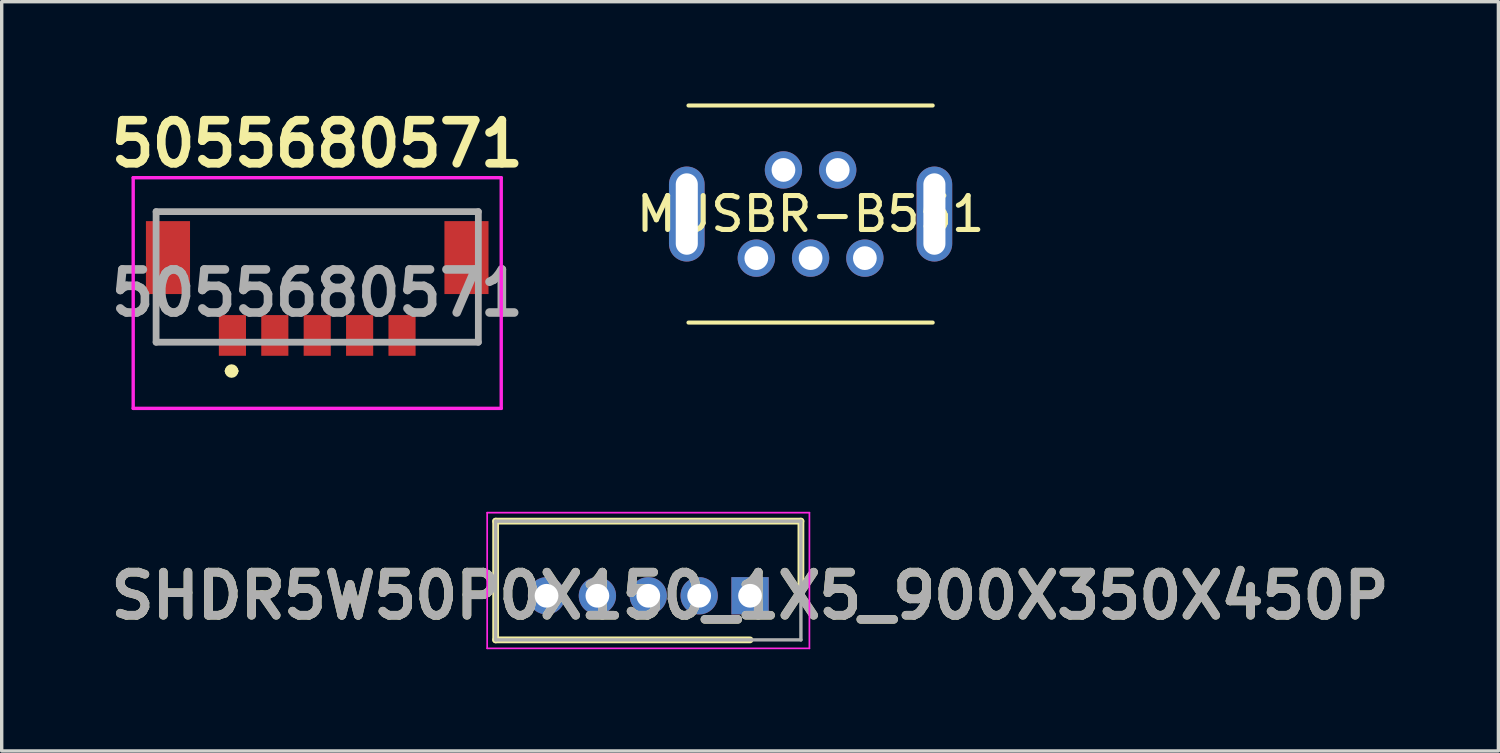
<source format=kicad_pcb>
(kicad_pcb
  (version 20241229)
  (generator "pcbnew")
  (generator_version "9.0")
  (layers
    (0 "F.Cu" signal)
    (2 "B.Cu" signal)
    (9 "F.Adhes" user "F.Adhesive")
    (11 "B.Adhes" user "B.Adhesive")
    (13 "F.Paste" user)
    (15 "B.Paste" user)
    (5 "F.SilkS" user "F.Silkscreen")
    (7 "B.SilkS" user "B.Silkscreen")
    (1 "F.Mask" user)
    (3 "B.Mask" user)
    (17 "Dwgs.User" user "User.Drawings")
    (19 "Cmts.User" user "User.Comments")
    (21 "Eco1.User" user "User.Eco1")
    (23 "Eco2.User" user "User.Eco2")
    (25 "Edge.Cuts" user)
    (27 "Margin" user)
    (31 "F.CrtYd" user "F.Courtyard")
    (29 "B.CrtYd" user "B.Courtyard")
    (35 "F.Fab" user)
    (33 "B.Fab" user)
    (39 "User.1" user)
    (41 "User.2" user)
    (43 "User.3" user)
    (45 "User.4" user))
  (footprint "SHDR5W50P0X150_1X5_900X350X450P"
    (layer "F.Cu")
    (at 19.062 14.514)
    (property "Reference" "SHDR5W50P0X150_1X5_900X350X450P" (at 0 0 0) (layer "F.SilkS") (effects (font (size 1.27 1.27) (thickness 0.254))))
    (attr through_hole)
    (fp_line (start -7.5 -2.2) (end 1.5 -2.2) (stroke (width 0.2) (type solid)) (layer "F.SilkS"))
    (fp_line (start -7.5 1.3) (end -7.5 -2.2) (stroke (width 0.2) (type solid)) (layer "F.SilkS"))
    (fp_line (start 0 1.3) (end -7.5 1.3) (stroke (width 0.2) (type solid)) (layer "F.SilkS"))
    (fp_line (start 1.5 -2.2) (end 1.5 0) (stroke (width 0.2) (type solid)) (layer "F.SilkS"))
    (fp_line (start -7.75 -2.45) (end 1.75 -2.45) (stroke (width 0.05) (type solid)) (layer "F.CrtYd"))
    (fp_line (start -7.75 1.55) (end -7.75 -2.45) (stroke (width 0.05) (type solid)) (layer "F.CrtYd"))
    (fp_line (start 1.75 -2.45) (end 1.75 1.55) (stroke (width 0.05) (type solid)) (layer "F.CrtYd"))
    (fp_line (start 1.75 1.55) (end -7.75 1.55) (stroke (width 0.05) (type solid)) (layer "F.CrtYd"))
    (fp_line (start -7.5 -2.2) (end 1.5 -2.2) (stroke (width 0.1) (type solid)) (layer "F.Fab"))
    (fp_line (start -7.5 1.3) (end -7.5 -2.2) (stroke (width 0.1) (type solid)) (layer "F.Fab"))
    (fp_line (start 1.5 -2.2) (end 1.5 1.3) (stroke (width 0.1) (type solid)) (layer "F.Fab"))
    (fp_line (start 1.5 1.3) (end -7.5 1.3) (stroke (width 0.1) (type solid)) (layer "F.Fab"))
    (fp_text user "${REFERENCE}" (at 0 0 0) (layer "F.Fab") (effects (font (size 1.27 1.27) (thickness 0.254))))
    (pad "1" thru_hole rect (at 0 0) (size 1.1 1.1) (drill 0.7) (layers "*.Cu" "*.Mask"))
    (pad "2" thru_hole circle (at -1.5 0) (size 1.1 1.1) (drill 0.7) (layers "*.Cu" "*.Mask"))
    (pad "3" thru_hole circle (at -3 0) (size 1.1 1.1) (drill 0.7) (layers "*.Cu" "*.Mask"))
    (pad "4" thru_hole circle (at -4.5 0) (size 1.1 1.1) (drill 0.7) (layers "*.Cu" "*.Mask"))
    (pad "5" thru_hole circle (at -6 0) (size 1.1 1.1) (drill 0.7) (layers "*.Cu" "*.Mask")))
  (footprint "5055680571"
    (layer "F.Cu")
    (at 6.302 5.589)
    (property "Reference" "5055680571" (at 0 -4.4 0) (layer "F.SilkS") (effects (font (size 1.27 1.27) (thickness 0.254))))
    (attr smd)
    (fp_line (start -4.75 -2.4) (end 4.75 -2.4) (stroke (width 0.1) (type solid)) (layer "F.SilkS"))
    (fp_line (start -4.75 0.6) (end -4.75 1.45) (stroke (width 0.1) (type solid)) (layer "F.SilkS"))
    (fp_line (start -4.75 1.45) (end -3.125 1.45) (stroke (width 0.1) (type solid)) (layer "F.SilkS"))
    (fp_line (start -2.625 2.3) (end -2.621 2.3) (stroke (width 0.2) (type solid)) (layer "F.SilkS"))
    (fp_line (start -2.425 2.3) (end -2.424 2.3) (stroke (width 0.2) (type solid)) (layer "F.SilkS"))
    (fp_line (start 4.75 0.6) (end 4.75 1.45) (stroke (width 0.1) (type solid)) (layer "F.SilkS"))
    (fp_line (start 4.75 1.45) (end 3.125 1.45) (stroke (width 0.1) (type solid)) (layer "F.SilkS"))
    (fp_arc (start -2.625 2.3) (mid -2.525 2.2) (end -2.425 2.3) (stroke (width 0.2) (type solid)) (layer "F.SilkS"))
    (fp_arc (start -2.425 2.3) (mid -2.525 2.4) (end -2.625 2.3) (stroke (width 0.2) (type solid)) (layer "F.SilkS"))
    (fp_line (start -5.425 -3.4) (end 5.425 -3.4) (stroke (width 0.1) (type solid)) (layer "F.CrtYd"))
    (fp_line (start -5.425 3.4) (end -5.425 -3.4) (stroke (width 0.1) (type solid)) (layer "F.CrtYd"))
    (fp_line (start 5.425 -3.4) (end 5.425 3.4) (stroke (width 0.1) (type solid)) (layer "F.CrtYd"))
    (fp_line (start 5.425 3.4) (end -5.425 3.4) (stroke (width 0.1) (type solid)) (layer "F.CrtYd"))
    (fp_line (start -4.75 -2.4) (end 4.75 -2.4) (stroke (width 0.2) (type solid)) (layer "F.Fab"))
    (fp_line (start -4.75 1.45) (end -4.75 -2.4) (stroke (width 0.2) (type solid)) (layer "F.Fab"))
    (fp_line (start 4.75 -2.4) (end 4.75 1.45) (stroke (width 0.2) (type solid)) (layer "F.Fab"))
    (fp_line (start 4.75 1.45) (end -4.75 1.45) (stroke (width 0.2) (type solid)) (layer "F.Fab"))
    (fp_text user "${REFERENCE}" (at 0 0 0) (layer "F.Fab") (effects (font (size 1.27 1.27) (thickness 0.254))))
    (pad "1" smd rect (at -2.5 1.25) (size 0.8 1.2) (layers "F.Cu" "F.Mask" "F.Paste"))
    (pad "2" smd rect (at -1.25 1.25) (size 0.8 1.2) (layers "F.Cu" "F.Mask" "F.Paste"))
    (pad "3" smd rect (at 0 1.25) (size 0.8 1.2) (layers "F.Cu" "F.Mask" "F.Paste"))
    (pad "4" smd rect (at 1.25 1.25) (size 0.8 1.2) (layers "F.Cu" "F.Mask" "F.Paste"))
    (pad "5" smd rect (at 2.5 1.25) (size 0.8 1.2) (layers "F.Cu" "F.Mask" "F.Paste"))
    (pad "MP" smd rect (at -4.4 -1.045) (size 1.3 2.15) (layers "F.Cu" "F.Mask" "F.Paste"))
    (pad "MP" smd rect (at 4.4 -1.045) (size 1.3 2.15) (layers "F.Cu" "F.Mask" "F.Paste")))
  (footprint "MUSBR-B551"
    (layer "F.Cu")
    (at 20.847 3.26)
    (property "Reference" "MUSBR-B551" (at 0 0 0) (layer "F.SilkS") (effects (font (size 1 1) (thickness 0.15))))
    (attr through_hole)
    (fp_line (start -3.6 -3.2) (end 3.6 -3.2) (stroke (width 0.12) (type solid)) (layer "F.SilkS"))
    (fp_line (start -3.6 3.2) (end 3.6 3.2) (stroke (width 0.12) (type solid)) (layer "F.SilkS"))
    (pad "1" thru_hole circle (at -1.6 1.3) (size 1.1 1.1) (drill 0.7) (layers "*.Cu" "*.Mask"))
    (pad "2" thru_hole circle (at -0.8 -1.3) (size 1.1 1.1) (drill 0.7) (layers "*.Cu" "*.Mask"))
    (pad "3" thru_hole circle (at 0 1.3) (size 1.1 1.1) (drill 0.7) (layers "*.Cu" "*.Mask"))
    (pad "4" thru_hole circle (at 0.8 -1.3) (size 1.1 1.1) (drill 0.7) (layers "*.Cu" "*.Mask"))
    (pad "5" thru_hole circle (at 1.6 1.3) (size 1.1 1.1) (drill 0.7) (layers "*.Cu" "*.Mask"))
    (pad "MP" thru_hole oval (at -3.65 0) (size 1.05 2.8) (drill oval 0.65 2.4) (layers "*.Cu" "*.Mask"))
    (pad "MP" thru_hole oval (at 3.65 0) (size 1.05 2.8) (drill oval 0.65 2.4) (layers "*.Cu" "*.Mask")))
  (gr_rect
    (start -3 -3)
    (end 41.124 19.089)
    (stroke (width 0.1) (type default))
    (fill no)
    (layer "Edge.Cuts")))
</source>
